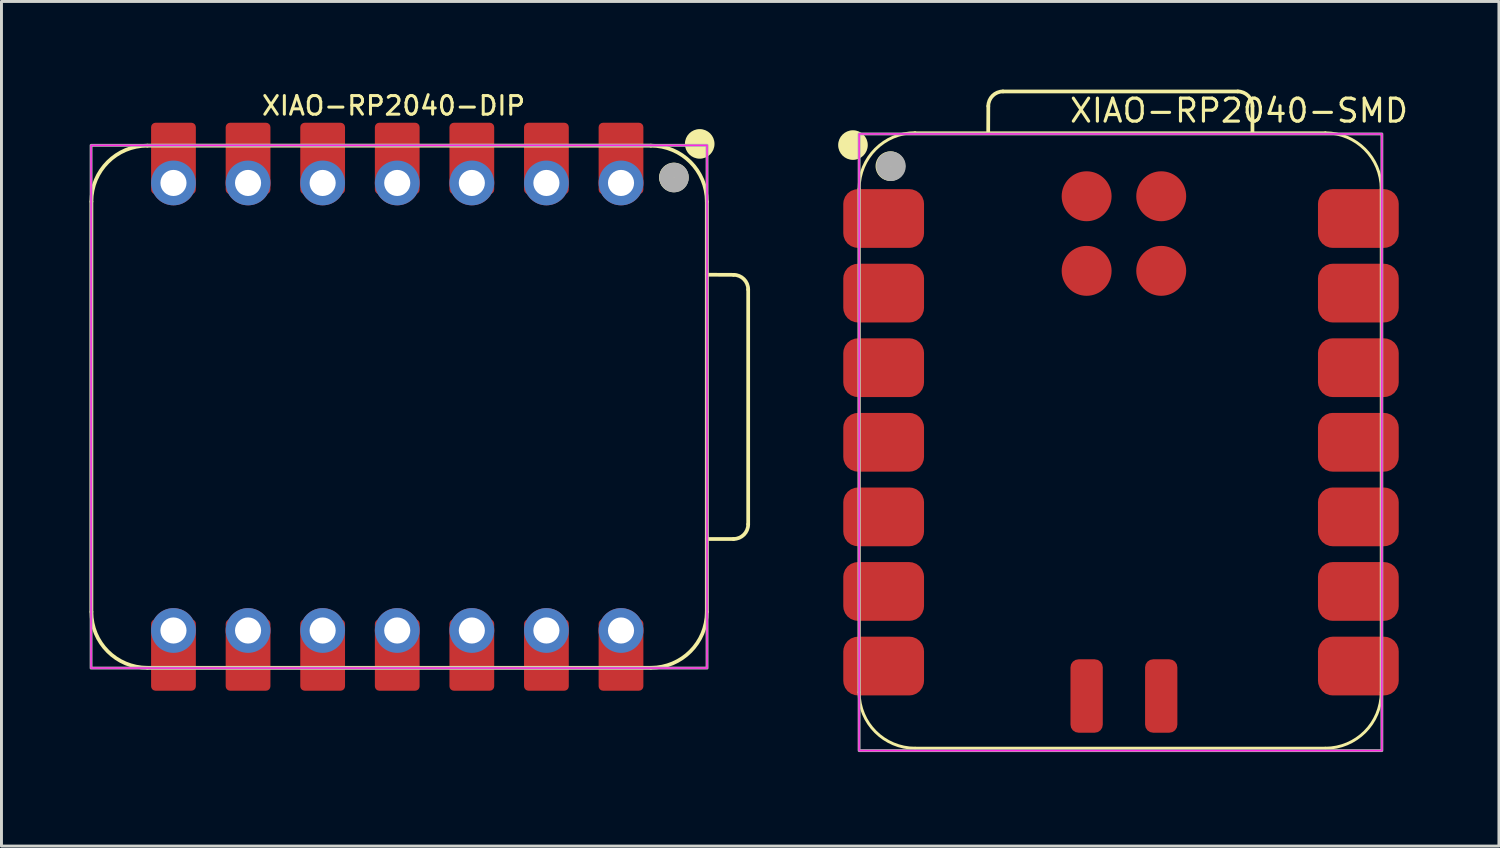
<source format=kicad_pcb>
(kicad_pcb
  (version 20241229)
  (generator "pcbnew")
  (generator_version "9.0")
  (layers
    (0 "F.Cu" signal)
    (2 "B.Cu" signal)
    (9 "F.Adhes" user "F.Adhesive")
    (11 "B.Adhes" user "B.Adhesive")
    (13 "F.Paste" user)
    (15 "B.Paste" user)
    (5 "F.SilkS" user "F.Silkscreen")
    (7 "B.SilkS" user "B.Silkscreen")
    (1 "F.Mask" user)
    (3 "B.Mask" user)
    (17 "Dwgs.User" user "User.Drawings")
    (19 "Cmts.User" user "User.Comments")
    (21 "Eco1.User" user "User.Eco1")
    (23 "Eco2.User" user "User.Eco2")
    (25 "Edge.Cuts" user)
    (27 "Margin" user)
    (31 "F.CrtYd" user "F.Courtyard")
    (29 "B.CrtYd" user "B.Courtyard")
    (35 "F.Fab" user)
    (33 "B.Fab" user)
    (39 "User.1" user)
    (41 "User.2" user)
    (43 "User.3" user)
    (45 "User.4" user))
  (footprint "XIAO-RP2040-DIP"
    (layer "F.Cu")
    (at 10.477 10.8)
    (property "Reference" "XIAO-RP2040-DIP" (at -0.125 -10.25 0) (unlocked yes) (layer "F.SilkS") (effects (font (size 0.635 0.635) (thickness 0.102))))
    (attr smd)
    (fp_line (start -10.414 -6.985) (end -10.414 6.985) (stroke (width 0.127) (type solid)) (layer "F.SilkS"))
    (fp_line (start -8.509 -8.89) (end 8.636 -8.89) (stroke (width 0.127) (type solid)) (layer "F.SilkS"))
    (fp_line (start -8.509 8.89) (end 8.636 8.89) (stroke (width 0.127) (type solid)) (layer "F.SilkS"))
    (fp_line (start 10.541 -4.495) (end 11.451 -4.491) (stroke (width 0.127) (type solid)) (layer "F.SilkS"))
    (fp_line (start 10.541 6.985) (end 10.541 -6.985) (stroke (width 0.1) (type solid)) (layer "F.SilkS"))
    (fp_line (start 10.541 6.985) (end 10.541 -6.985) (stroke (width 0.127) (type solid)) (layer "F.SilkS"))
    (fp_line (start 11.451 4.504) (end 10.541 4.504) (stroke (width 0.127) (type solid)) (layer "F.SilkS"))
    (fp_line (start 11.951 -3.991) (end 11.951 4.004) (stroke (width 0.127) (type solid)) (layer "F.SilkS"))
    (fp_arc (start -10.414 -6.985) (mid -9.856038 -8.332038) (end -8.509 -8.89) (stroke (width 0.127) (type solid)) (layer "F.SilkS"))
    (fp_arc (start -8.509 8.89) (mid -9.856038 8.332038) (end -10.414 6.985) (stroke (width 0.127) (type solid)) (layer "F.SilkS"))
    (fp_arc (start 8.636 -8.89) (mid 9.983038 -8.332038) (end 10.541 -6.985) (stroke (width 0.127) (type solid)) (layer "F.SilkS"))
    (fp_arc (start 10.541 6.985) (mid 9.983038 8.332038) (end 8.636 8.89) (stroke (width 0.127) (type solid)) (layer "F.SilkS"))
    (fp_arc (start 11.451272 -4.491272) (mid 11.804644 -4.344724) (end 11.951 -3.991272) (stroke (width 0.127) (type default)) (layer "F.SilkS"))
    (fp_arc (start 11.951 4.004) (mid 11.804553 4.357553) (end 11.451 4.504) (stroke (width 0.127) (type default)) (layer "F.SilkS"))
    (fp_circle (center 9.42 -7.807) (end 9.674 -7.807) (stroke (width 0.5) (type solid)) (fill yes) (layer "F.SilkS"))
    (fp_circle (center 10.3 -8.95) (end 10.554 -8.95) (stroke (width 0.5) (type solid)) (fill yes) (layer "F.SilkS"))
    (fp_rect (start -10.425 -8.9) (end 10.55 8.9) (stroke (width 0.05) (type default)) (fill no) (layer "F.CrtYd"))
    (fp_rect (start -10.425 -8.9) (end 10.55 8.9) (stroke (width 0.1) (type default)) (fill no) (layer "F.Fab"))
    (fp_circle (center 9.426 -7.804) (end 9.68 -7.804) (stroke (width 0.5) (type solid)) (fill no) (layer "F.Fab"))
    (pad "1" smd roundrect (at 7.62 -8.455 90) (size 2.432 1.524) (layers "F.Cu" "F.Mask") (roundrect_rratio 0.1))
    (pad "1" thru_hole circle (at 7.62 -7.62 90) (size 1.524 1.524) (drill 0.889) (layers "*.Cu" "*.Mask"))
    (pad "2" smd roundrect (at 5.08 -8.455 90) (size 2.432 1.524) (layers "F.Cu" "F.Mask") (roundrect_rratio 0.1))
    (pad "2" thru_hole circle (at 5.08 -7.62 90) (size 1.524 1.524) (drill 0.889) (layers "*.Cu" "*.Mask"))
    (pad "3" smd roundrect (at 2.54 -8.455 90) (size 2.432 1.524) (layers "F.Cu" "F.Mask") (roundrect_rratio 0.1))
    (pad "3" thru_hole circle (at 2.54 -7.62 90) (size 1.524 1.524) (drill 0.889) (layers "*.Cu" "*.Mask"))
    (pad "4" smd roundrect (at 0 -8.455 90) (size 2.432 1.524) (layers "F.Cu" "F.Mask") (roundrect_rratio 0.1))
    (pad "4" thru_hole circle (at 0 -7.62 90) (size 1.524 1.524) (drill 0.889) (layers "*.Cu" "*.Mask"))
    (pad "5" smd roundrect (at -2.54 -8.455 90) (size 2.432 1.524) (layers "F.Cu" "F.Mask") (roundrect_rratio 0.1))
    (pad "5" thru_hole circle (at -2.54 -7.62 90) (size 1.524 1.524) (drill 0.889) (layers "*.Cu" "*.Mask"))
    (pad "6" smd roundrect (at -5.08 -8.455 90) (size 2.432 1.524) (layers "F.Cu" "F.Mask") (roundrect_rratio 0.1))
    (pad "6" thru_hole circle (at -5.08 -7.62 90) (size 1.524 1.524) (drill 0.889) (layers "*.Cu" "*.Mask"))
    (pad "7" smd roundrect (at -7.62 -8.455 90) (size 2.432 1.524) (layers "F.Cu" "F.Mask") (roundrect_rratio 0.1))
    (pad "7" thru_hole circle (at -7.62 -7.62 90) (size 1.524 1.524) (drill 0.889) (layers "*.Cu" "*.Mask"))
    (pad "8" thru_hole circle (at -7.62 7.62 270) (size 1.524 1.524) (drill 0.889) (layers "*.Cu" "*.Mask"))
    (pad "8" smd roundrect (at -7.62 8.455 270) (size 2.432 1.524) (layers "F.Cu" "F.Mask") (roundrect_rratio 0.1))
    (pad "9" thru_hole circle (at -5.08 7.62 270) (size 1.524 1.524) (drill 0.889) (layers "*.Cu" "*.Mask"))
    (pad "9" smd roundrect (at -5.08 8.455 270) (size 2.432 1.524) (layers "F.Cu" "F.Mask") (roundrect_rratio 0.1))
    (pad "10" thru_hole circle (at -2.54 7.62 270) (size 1.524 1.524) (drill 0.889) (layers "*.Cu" "*.Mask"))
    (pad "10" smd roundrect (at -2.54 8.455 270) (size 2.432 1.524) (layers "F.Cu" "F.Mask") (roundrect_rratio 0.1))
    (pad "11" thru_hole circle (at 0 7.62 270) (size 1.524 1.524) (drill 0.889) (layers "*.Cu" "*.Mask"))
    (pad "11" smd roundrect (at 0 8.455 270) (size 2.432 1.524) (layers "F.Cu" "F.Mask") (roundrect_rratio 0.1))
    (pad "12" thru_hole circle (at 2.54 7.62 270) (size 1.524 1.524) (drill 0.889) (layers "*.Cu" "*.Mask"))
    (pad "12" smd roundrect (at 2.54 8.455 270) (size 2.432 1.524) (layers "F.Cu" "F.Mask") (roundrect_rratio 0.1))
    (pad "13" thru_hole circle (at 5.08 7.62 270) (size 1.524 1.524) (drill 0.889) (layers "*.Cu" "*.Mask"))
    (pad "13" smd roundrect (at 5.08 8.455 270) (size 2.432 1.524) (layers "F.Cu" "F.Mask") (roundrect_rratio 0.1))
    (pad "14" thru_hole circle (at 7.62 7.62 270) (size 1.524 1.524) (drill 0.889) (layers "*.Cu" "*.Mask"))
    (pad "14" smd roundrect (at 7.62 8.455 270) (size 2.432 1.524) (layers "F.Cu" "F.Mask") (roundrect_rratio 0.1)))
  (footprint "XIAO-RP2040-SMD"
    (layer "F.Cu")
    (at 26.206 22.511)
    (property "Reference" "XIAO-RP2040-SMD" (at 7.112 -21.336 0) (layer "F.SilkS") (effects (font (size 0.782 0.782) (thickness 0.107)) (justify left bottom)))
    (fp_line (start 0 -1.987) (end 0 -19.132) (stroke (width 0.1) (type solid)) (layer "F.SilkS"))
    (fp_line (start 1.905 -0.082) (end 15.875 -0.082) (stroke (width 0.1) (type solid)) (layer "F.SilkS"))
    (fp_line (start 4.395 -21.037) (end 4.399 -21.947) (stroke (width 0.127) (type solid)) (layer "F.SilkS"))
    (fp_line (start 4.899 -22.447) (end 12.894 -22.447) (stroke (width 0.127) (type solid)) (layer "F.SilkS"))
    (fp_line (start 13.394 -21.947) (end 13.394 -21.037) (stroke (width 0.127) (type solid)) (layer "F.SilkS"))
    (fp_line (start 15.875 -21.037) (end 1.905 -21.037) (stroke (width 0.1) (type solid)) (layer "F.SilkS"))
    (fp_line (start 17.78 -1.987) (end 17.78 -19.132) (stroke (width 0.1) (type solid)) (layer "F.SilkS"))
    (fp_arc (start 0 -19.136) (mid 0.557962 -20.483038) (end 1.905 -21.041) (stroke (width 0.1) (type solid)) (layer "F.SilkS"))
    (fp_arc (start 1.905 -0.082) (mid 0.557962 -0.639962) (end 0 -1.987) (stroke (width 0.1) (type solid)) (layer "F.SilkS"))
    (fp_arc (start 4.398728 -21.947272) (mid 4.545276 -22.300644) (end 4.898728 -22.447) (stroke (width 0.127) (type default)) (layer "F.SilkS"))
    (fp_arc (start 12.894 -22.447) (mid 13.247553 -22.300553) (end 13.394 -21.947) (stroke (width 0.127) (type default)) (layer "F.SilkS"))
    (fp_arc (start 15.875 -21.037) (mid 17.222038 -20.479038) (end 17.78 -19.132) (stroke (width 0.1) (type solid)) (layer "F.SilkS"))
    (fp_arc (start 17.78 -1.987) (mid 17.222038 -0.639962) (end 15.875 -0.082) (stroke (width 0.1) (type solid)) (layer "F.SilkS"))
    (fp_circle (center -0.21 -20.621) (end -0.21 -20.875) (stroke (width 0.5) (type solid)) (fill yes) (layer "F.SilkS"))
    (fp_circle (center 1.064 -19.904) (end 1.064 -20.158) (stroke (width 0.5) (type solid)) (fill yes) (layer "F.SilkS"))
    (fp_rect (start 17.8 0) (end 0 -21) (stroke (width 0.05) (type default)) (fill no) (layer "F.CrtYd"))
    (fp_rect (start 0 -21) (end 17.8 0) (stroke (width 0.1) (type default)) (fill no) (layer "F.Fab"))
    (fp_circle (center 1.084 -19.9) (end 1.084 -20.154) (stroke (width 0.5) (type solid)) (fill no) (layer "F.Fab"))
    (pad "1" smd roundrect (at 0.835 -18.12) (size 2.75 2) (layers "F.Cu" "F.Mask" "F.Paste") (roundrect_rratio 0.25))
    (pad "2" smd roundrect (at 0.835 -15.58) (size 2.75 2) (layers "F.Cu" "F.Mask" "F.Paste") (roundrect_rratio 0.25))
    (pad "3" smd roundrect (at 0.835 -13.04) (size 2.75 2) (layers "F.Cu" "F.Mask" "F.Paste") (roundrect_rratio 0.25))
    (pad "4" smd roundrect (at 0.835 -10.5) (size 2.75 2) (layers "F.Cu" "F.Mask" "F.Paste") (roundrect_rratio 0.25))
    (pad "5" smd roundrect (at 0.835 -7.96) (size 2.75 2) (layers "F.Cu" "F.Mask" "F.Paste") (roundrect_rratio 0.25))
    (pad "6" smd roundrect (at 0.835 -5.42) (size 2.75 2) (layers "F.Cu" "F.Mask" "F.Paste") (roundrect_rratio 0.25))
    (pad "7" smd roundrect (at 0.835 -2.88) (size 2.75 2) (layers "F.Cu" "F.Mask" "F.Paste") (roundrect_rratio 0.25))
    (pad "8" smd roundrect (at 17 -2.88) (size 2.75 2) (layers "F.Cu" "F.Mask" "F.Paste") (roundrect_rratio 0.25))
    (pad "9" smd roundrect (at 17 -5.42) (size 2.75 2) (layers "F.Cu" "F.Mask" "F.Paste") (roundrect_rratio 0.25))
    (pad "10" smd roundrect (at 17 -7.96) (size 2.75 2) (layers "F.Cu" "F.Mask" "F.Paste") (roundrect_rratio 0.25))
    (pad "11" smd roundrect (at 17 -10.5) (size 2.75 2) (layers "F.Cu" "F.Mask" "F.Paste") (roundrect_rratio 0.25))
    (pad "12" smd roundrect (at 17 -13.04) (size 2.75 2) (layers "F.Cu" "F.Mask" "F.Paste") (roundrect_rratio 0.25))
    (pad "13" smd roundrect (at 17 -15.58) (size 2.75 2) (layers "F.Cu" "F.Mask" "F.Paste") (roundrect_rratio 0.25))
    (pad "14" smd roundrect (at 17 -18.12) (size 2.75 2) (layers "F.Cu" "F.Mask" "F.Paste") (roundrect_rratio 0.25))
    (pad "15" smd roundrect (at 7.747 -1.86 270) (size 2.5 1.1) (layers "F.Cu" "F.Mask" "F.Paste") (roundrect_rratio 0.25))
    (pad "16" smd roundrect (at 10.287 -1.86 270) (size 2.5 1.1) (layers "F.Cu" "F.Mask" "F.Paste") (roundrect_rratio 0.25))
    (pad "17" smd circle (at 7.747 -18.878) (size 1.7 1.7) (layers "F.Cu" "F.Mask" "F.Paste"))
    (pad "18" smd circle (at 10.287 -18.878) (size 1.7 1.7) (layers "F.Cu" "F.Mask" "F.Paste"))
    (pad "19" smd circle (at 7.747 -16.338) (size 1.7 1.7) (layers "F.Cu" "F.Mask" "F.Paste"))
    (pad "20" smd circle (at 10.287 -16.338) (size 1.7 1.7) (layers "F.Cu" "F.Mask" "F.Paste")))
  (gr_rect
    (start -3 -3)
    (end 47.993 25.761)
    (stroke (width 0.1) (type default))
    (fill no)
    (layer "Edge.Cuts")))
</source>
